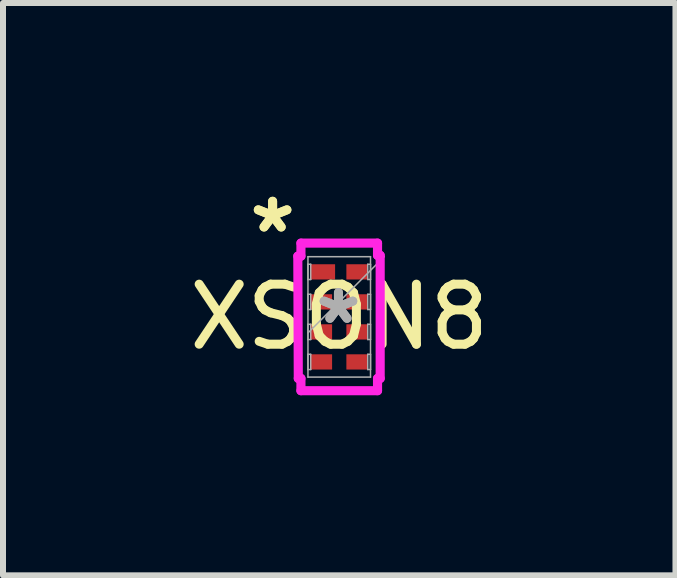
<source format=kicad_pcb>
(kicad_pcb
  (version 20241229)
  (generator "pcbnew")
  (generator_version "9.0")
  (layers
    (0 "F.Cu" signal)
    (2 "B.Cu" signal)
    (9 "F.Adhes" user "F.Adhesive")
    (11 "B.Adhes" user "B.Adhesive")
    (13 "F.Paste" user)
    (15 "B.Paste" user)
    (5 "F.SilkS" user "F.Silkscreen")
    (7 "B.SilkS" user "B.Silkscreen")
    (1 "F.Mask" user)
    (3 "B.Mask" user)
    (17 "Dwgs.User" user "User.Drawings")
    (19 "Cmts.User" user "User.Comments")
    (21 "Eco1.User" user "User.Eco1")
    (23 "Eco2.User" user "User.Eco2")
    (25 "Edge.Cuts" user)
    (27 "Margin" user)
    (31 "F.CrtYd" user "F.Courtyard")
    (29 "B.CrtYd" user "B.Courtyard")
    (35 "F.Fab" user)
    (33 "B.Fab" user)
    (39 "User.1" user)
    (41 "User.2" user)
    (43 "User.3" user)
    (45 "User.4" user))
  (footprint "XSON8"
    (layer "F.Cu")
    (at 2.601 2.229)
    (property "Reference" "XSON8" (at 0 0 0) (unlocked yes) (layer "F.SilkS") (effects (font (size 1 1) (thickness 0.15))))
    (attr smd)
    (fp_line (start -0.69 -1.012) (end -0.682 1.025) (stroke (width 0.152) (type solid)) (layer "F.CrtYd"))
    (fp_line (start -0.682 1.025) (end -0.638 1.025) (stroke (width 0.152) (type solid)) (layer "F.CrtYd"))
    (fp_line (start -0.638 -1.229) (end -0.638 -1.012) (stroke (width 0.152) (type solid)) (layer "F.CrtYd"))
    (fp_line (start -0.638 -1.012) (end -0.69 -1.012) (stroke (width 0.152) (type solid)) (layer "F.CrtYd"))
    (fp_line (start -0.638 1.025) (end -0.638 1.229) (stroke (width 0.152) (type solid)) (layer "F.CrtYd"))
    (fp_line (start -0.638 1.229) (end 0.638 1.229) (stroke (width 0.152) (type solid)) (layer "F.CrtYd"))
    (fp_line (start 0.638 -1.229) (end -0.638 -1.229) (stroke (width 0.152) (type solid)) (layer "F.CrtYd"))
    (fp_line (start 0.638 -1.025) (end 0.638 -1.229) (stroke (width 0.152) (type solid)) (layer "F.CrtYd"))
    (fp_line (start 0.638 1.025) (end 0.682 1.025) (stroke (width 0.152) (type solid)) (layer "F.CrtYd"))
    (fp_line (start 0.638 1.229) (end 0.638 1.025) (stroke (width 0.152) (type solid)) (layer "F.CrtYd"))
    (fp_line (start 0.682 -1.025) (end 0.638 -1.025) (stroke (width 0.152) (type solid)) (layer "F.CrtYd"))
    (fp_line (start 0.682 1.025) (end 0.682 -1.025) (stroke (width 0.152) (type solid)) (layer "F.CrtYd"))
    (fp_line (start -0.521 -1.003) (end -0.521 1.003) (stroke (width 0.025) (type solid)) (layer "F.Fab"))
    (fp_line (start -0.521 -0.877) (end -0.475 -0.877) (stroke (width 0.025) (type solid)) (layer "F.Fab"))
    (fp_line (start -0.521 -0.623) (end -0.521 -0.877) (stroke (width 0.025) (type solid)) (layer "F.Fab"))
    (fp_line (start -0.521 -0.377) (end -0.475 -0.377) (stroke (width 0.025) (type solid)) (layer "F.Fab"))
    (fp_line (start -0.521 -0.123) (end -0.521 -0.377) (stroke (width 0.025) (type solid)) (layer "F.Fab"))
    (fp_line (start -0.521 0.123) (end -0.475 0.123) (stroke (width 0.025) (type solid)) (layer "F.Fab"))
    (fp_line (start -0.521 0.267) (end 0.749 -1.003) (stroke (width 0.025) (type solid)) (layer "F.Fab"))
    (fp_line (start -0.521 0.377) (end -0.521 0.123) (stroke (width 0.025) (type solid)) (layer "F.Fab"))
    (fp_line (start -0.521 0.623) (end -0.475 0.623) (stroke (width 0.025) (type solid)) (layer "F.Fab"))
    (fp_line (start -0.521 0.877) (end -0.521 0.623) (stroke (width 0.025) (type solid)) (layer "F.Fab"))
    (fp_line (start -0.521 1.003) (end 0.521 1.003) (stroke (width 0.025) (type solid)) (layer "F.Fab"))
    (fp_line (start -0.475 -0.877) (end -0.475 -0.623) (stroke (width 0.025) (type solid)) (layer "F.Fab"))
    (fp_line (start -0.475 -0.623) (end -0.521 -0.623) (stroke (width 0.025) (type solid)) (layer "F.Fab"))
    (fp_line (start -0.475 -0.377) (end -0.475 -0.123) (stroke (width 0.025) (type solid)) (layer "F.Fab"))
    (fp_line (start -0.475 -0.123) (end -0.521 -0.123) (stroke (width 0.025) (type solid)) (layer "F.Fab"))
    (fp_line (start -0.475 0.123) (end -0.475 0.377) (stroke (width 0.025) (type solid)) (layer "F.Fab"))
    (fp_line (start -0.475 0.377) (end -0.521 0.377) (stroke (width 0.025) (type solid)) (layer "F.Fab"))
    (fp_line (start -0.475 0.623) (end -0.475 0.877) (stroke (width 0.025) (type solid)) (layer "F.Fab"))
    (fp_line (start -0.475 0.877) (end -0.521 0.877) (stroke (width 0.025) (type solid)) (layer "F.Fab"))
    (fp_line (start 0.475 -0.877) (end 0.521 -0.877) (stroke (width 0.025) (type solid)) (layer "F.Fab"))
    (fp_line (start 0.475 -0.623) (end 0.475 -0.877) (stroke (width 0.025) (type solid)) (layer "F.Fab"))
    (fp_line (start 0.475 -0.377) (end 0.521 -0.377) (stroke (width 0.025) (type solid)) (layer "F.Fab"))
    (fp_line (start 0.475 -0.123) (end 0.475 -0.377) (stroke (width 0.025) (type solid)) (layer "F.Fab"))
    (fp_line (start 0.475 0.123) (end 0.521 0.123) (stroke (width 0.025) (type solid)) (layer "F.Fab"))
    (fp_line (start 0.475 0.377) (end 0.475 0.123) (stroke (width 0.025) (type solid)) (layer "F.Fab"))
    (fp_line (start 0.475 0.623) (end 0.521 0.623) (stroke (width 0.025) (type solid)) (layer "F.Fab"))
    (fp_line (start 0.475 0.877) (end 0.475 0.623) (stroke (width 0.025) (type solid)) (layer "F.Fab"))
    (fp_line (start 0.521 -1.003) (end -0.521 -1.003) (stroke (width 0.025) (type solid)) (layer "F.Fab"))
    (fp_line (start 0.521 -0.877) (end 0.521 -0.623) (stroke (width 0.025) (type solid)) (layer "F.Fab"))
    (fp_line (start 0.521 -0.623) (end 0.475 -0.623) (stroke (width 0.025) (type solid)) (layer "F.Fab"))
    (fp_line (start 0.521 -0.377) (end 0.521 -0.123) (stroke (width 0.025) (type solid)) (layer "F.Fab"))
    (fp_line (start 0.521 -0.123) (end 0.475 -0.123) (stroke (width 0.025) (type solid)) (layer "F.Fab"))
    (fp_line (start 0.521 0.123) (end 0.521 0.377) (stroke (width 0.025) (type solid)) (layer "F.Fab"))
    (fp_line (start 0.521 0.377) (end 0.475 0.377) (stroke (width 0.025) (type solid)) (layer "F.Fab"))
    (fp_line (start 0.521 0.623) (end 0.521 0.877) (stroke (width 0.025) (type solid)) (layer "F.Fab"))
    (fp_line (start 0.521 0.877) (end 0.475 0.877) (stroke (width 0.025) (type solid)) (layer "F.Fab"))
    (fp_line (start 0.521 1.003) (end 0.521 -1.003) (stroke (width 0.025) (type solid)) (layer "F.Fab"))
    (fp_text user "*" (at -1.11 -1.381 0) (unlocked yes) (layer "F.SilkS") (effects (font (size 1 1) (thickness 0.15))))
    (fp_text user "*" (at -1.11 -1.381 0) (layer "F.SilkS") (effects (font (size 1 1) (thickness 0.15))))
    (fp_text user "*" (at -0.013 0.14 0) (layer "F.Fab") (effects (font (size 1 1) (thickness 0.15))))
    (fp_text user "*" (at -0.013 0.14 0) (unlocked yes) (layer "F.Fab") (effects (font (size 1 1) (thickness 0.15))))
    (pad "1" smd rect (at -0.272 -0.75 90) (size 0.254 0.406) (layers "F.Cu" "F.Mask" "F.Paste"))
    (pad "2" smd rect (at -0.297 -0.25 90) (size 0.254 0.356) (layers "F.Cu" "F.Mask" "F.Paste"))
    (pad "3" smd rect (at -0.297 0.25 90) (size 0.254 0.356) (layers "F.Cu" "F.Mask" "F.Paste"))
    (pad "4" smd rect (at -0.297 0.75 90) (size 0.254 0.356) (layers "F.Cu" "F.Mask" "F.Paste"))
    (pad "5" smd rect (at 0.297 0.75 90) (size 0.254 0.356) (layers "F.Cu" "F.Mask" "F.Paste"))
    (pad "6" smd rect (at 0.297 0.25 90) (size 0.254 0.356) (layers "F.Cu" "F.Mask" "F.Paste"))
    (pad "7" smd rect (at 0.297 -0.25 90) (size 0.254 0.356) (layers "F.Cu" "F.Mask" "F.Paste"))
    (pad "8" smd rect (at 0.297 -0.75 90) (size 0.254 0.356) (layers "F.Cu" "F.Mask" "F.Paste")))
  (gr_rect
    (start -3 -3)
    (end 8.202 6.534)
    (stroke (width 0.1) (type default))
    (fill no)
    (layer "Edge.Cuts")))
</source>
